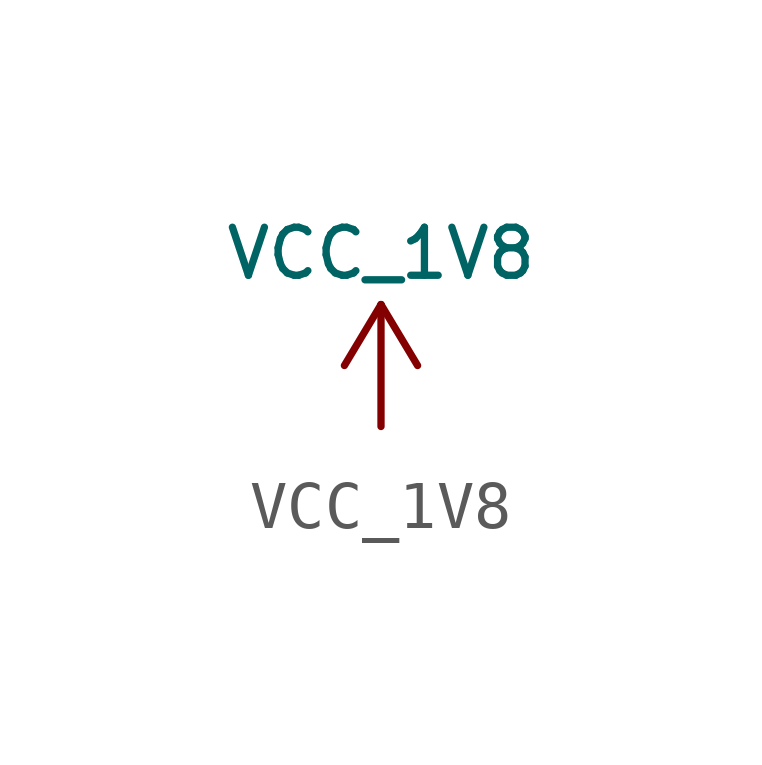
<source format=kicad_sym>
(kicad_symbol_lib
  (version 20241209)
  (generator "kicad_symbol_editor")
  (generator_version "9.0")
  (symbol "VCC_1V8"
    (power)
    (pin_names
      (offset 0))
    (property "Reference" "#PWR?"
      (at 0 -3.81 0)
      (effects (font (size 1.27 1.27)) (hide yes)))
    (property "Value" "VCC_1V8"
      (at 0 3.605 0)
      (effects (font (size 1 1))))
    (symbol "VCC_1V8_0_1"
      (polyline (pts (xy -0.762 1.27) (xy 0 2.54)) (stroke (width 0) (type default)) (fill (type none)))
      (polyline (pts (xy 0 2.54) (xy 0.762 1.27)) (stroke (width 0) (type default)) (fill (type none)))
      (polyline (pts (xy 0 0) (xy 0 2.54)) (stroke (width 0) (type default)) (fill (type none))))
    (symbol "VCC_1V8_1_1"
      (pin power_in line (at 0 0 90) (length 0) (hide yes) (name "VCC_1V8" (effects (font (size 1.27 1.27)))) (number "1" (effects (font (size 1.27 1.27))))))))
</source>
